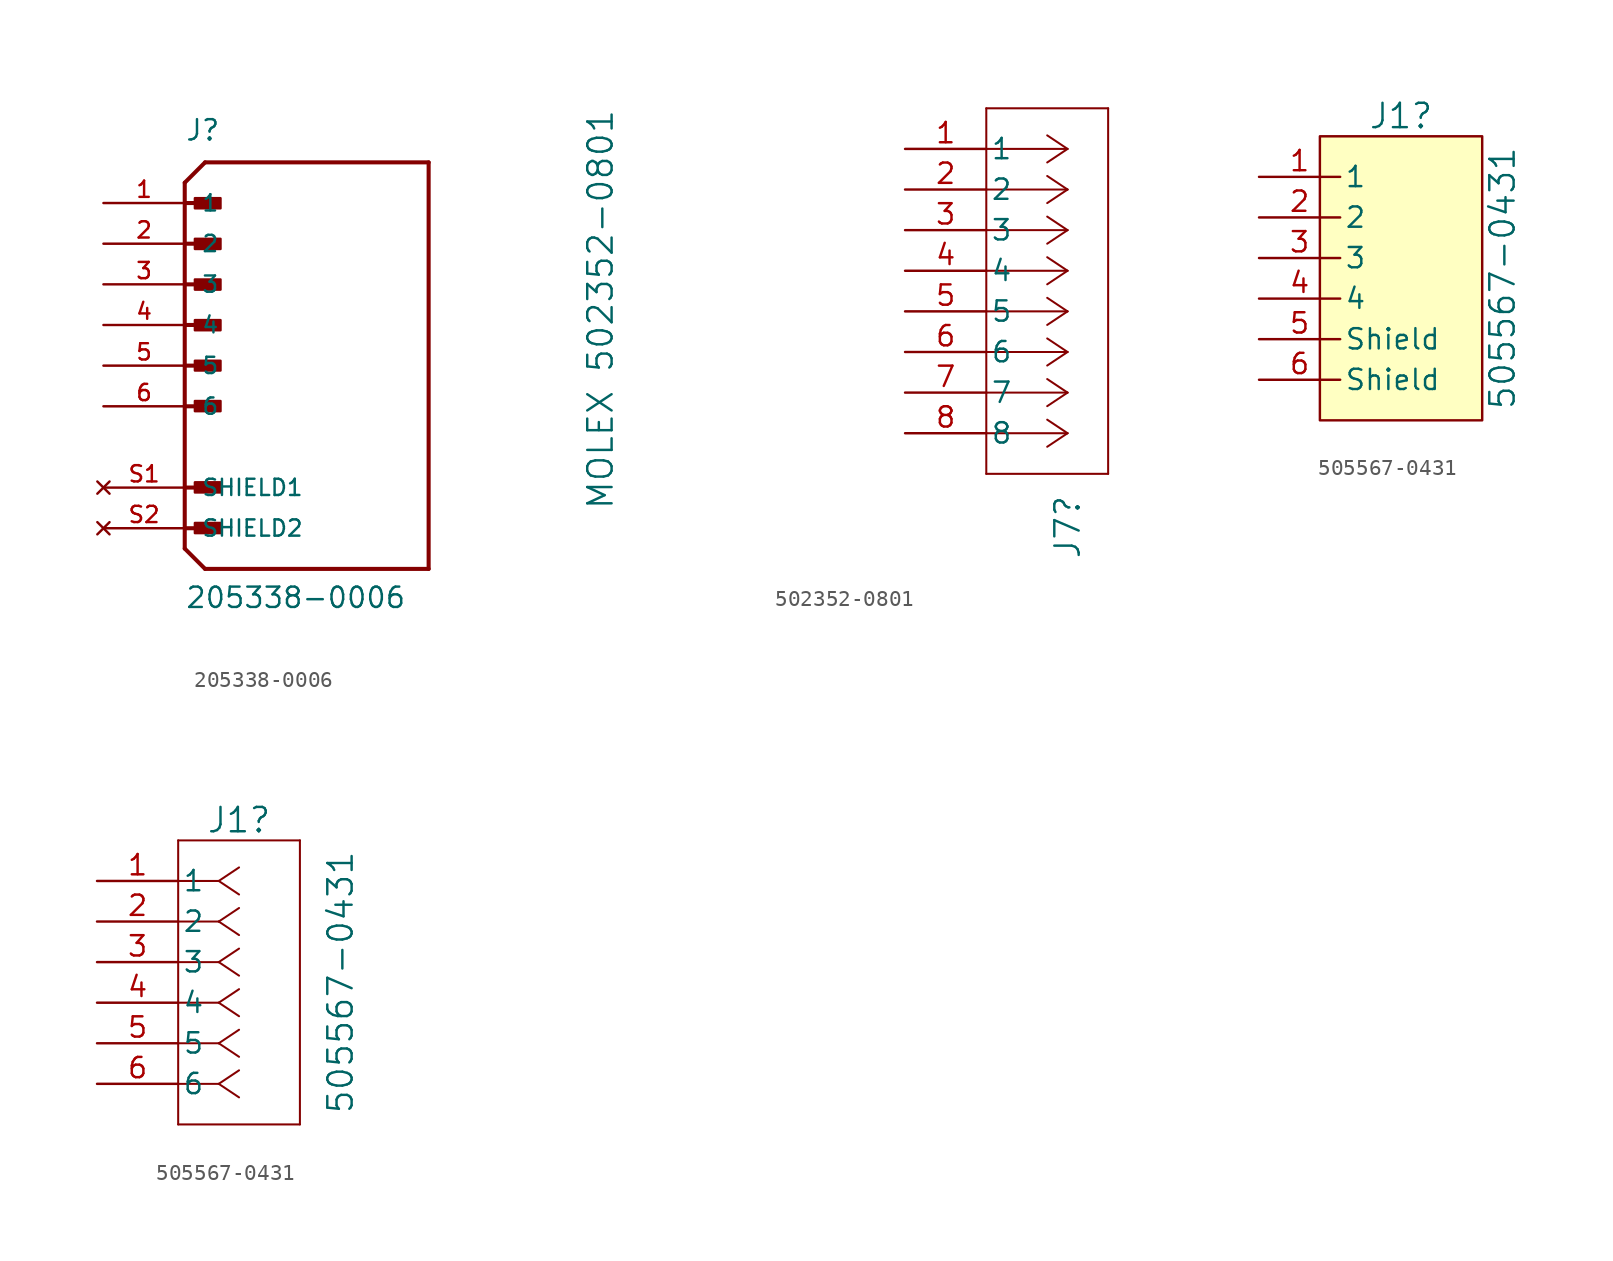
<source format=kicad_sym>
(kicad_symbol_lib
  (version 20241209)
  (generator "kicad_symbol_editor")
  (generator_version "9.0")
  (symbol "205338-0006"
    (pin_names
      (offset 1.016))
    (property "Reference" "J"
      (at -7.62 13.97 0)
      (effects (font (size 1.27 1.27)) (justify left bottom)))
    (property "Value" "205338-0006"
      (at -7.62 -15.24 0)
      (effects (font (size 1.27 1.27)) (justify left bottom)))
    (symbol "205338-0006_0_0"
      (polyline (pts (xy -7.62 11.43) (xy -7.62 5.08)) (stroke (width 0.254) (type default)) (fill (type none)))
      (polyline (pts (xy -7.62 11.43) (xy -6.35 12.7)) (stroke (width 0.254) (type default)) (fill (type none)))
      (polyline (pts (xy -7.62 10.16) (xy -5.715 10.16)) (stroke (width 0.254) (type default)) (fill (type none)))
      (polyline (pts (xy -7.62 7.62) (xy -5.715 7.62)) (stroke (width 0.254) (type default)) (fill (type none)))
      (polyline (pts (xy -7.62 5.08) (xy -7.62 2.54)) (stroke (width 0.254) (type default)) (fill (type none)))
      (polyline (pts (xy -7.62 5.08) (xy -5.715 5.08)) (stroke (width 0.254) (type default)) (fill (type none)))
      (polyline (pts (xy -7.62 2.54) (xy -7.62 0)) (stroke (width 0.254) (type default)) (fill (type none)))
      (polyline (pts (xy -7.62 2.54) (xy -5.715 2.54)) (stroke (width 0.254) (type default)) (fill (type none)))
      (polyline (pts (xy -7.62 0) (xy -7.62 -2.54)) (stroke (width 0.254) (type default)) (fill (type none)))
      (polyline (pts (xy -7.62 0) (xy -5.715 0)) (stroke (width 0.254) (type default)) (fill (type none)))
      (polyline (pts (xy -7.62 -2.54) (xy -7.62 -11.43)) (stroke (width 0.254) (type default)) (fill (type none)))
      (polyline (pts (xy -7.62 -2.54) (xy -5.715 -2.54)) (stroke (width 0.254) (type default)) (fill (type none)))
      (polyline (pts (xy -7.62 -7.62) (xy -5.715 -7.62)) (stroke (width 0.254) (type default)) (fill (type none)))
      (polyline (pts (xy -7.62 -10.16) (xy -5.715 -10.16)) (stroke (width 0.254) (type default)) (fill (type none)))
      (polyline (pts (xy -7.62 -11.43) (xy -6.35 -12.7)) (stroke (width 0.254) (type default)) (fill (type none)))
      (rectangle (start -6.985 9.83) (end -5.385 10.465) (stroke (width 0) (type default)) (fill (type outline)))
      (rectangle (start -6.985 7.29) (end -5.385 7.925) (stroke (width 0) (type default)) (fill (type outline)))
      (rectangle (start -6.985 4.75) (end -5.385 5.385) (stroke (width 0) (type default)) (fill (type outline)))
      (rectangle (start -6.985 2.21) (end -5.385 2.845) (stroke (width 0) (type default)) (fill (type outline)))
      (rectangle (start -6.985 -0.305) (end -5.385 0.305) (stroke (width 0) (type default)) (fill (type outline)))
      (rectangle (start -6.985 -2.845) (end -5.385 -2.21) (stroke (width 0) (type default)) (fill (type outline)))
      (rectangle (start -6.985 -7.925) (end -5.385 -7.29) (stroke (width 0) (type default)) (fill (type outline)))
      (rectangle (start -6.985 -10.465) (end -5.385 -9.83) (stroke (width 0) (type default)) (fill (type outline)))
      (polyline (pts (xy -6.35 -12.7) (xy 7.62 -12.7)) (stroke (width 0.254) (type default)) (fill (type none)))
      (polyline (pts (xy 7.62 12.7) (xy -6.35 12.7)) (stroke (width 0.254) (type default)) (fill (type none)))
      (polyline (pts (xy 7.62 -12.7) (xy 7.62 12.7)) (stroke (width 0.254) (type default)) (fill (type none)))
      (pin passive line (at -12.7 10.16 0) (length 5.08) (name "1" (effects (font (size 1.016 1.016)))) (number "1" (effects (font (size 1.016 1.016)))))
      (pin passive line (at -12.7 7.62 0) (length 5.08) (name "2" (effects (font (size 1.016 1.016)))) (number "2" (effects (font (size 1.016 1.016)))))
      (pin passive line (at -12.7 5.08 0) (length 5.08) (name "3" (effects (font (size 1.016 1.016)))) (number "3" (effects (font (size 1.016 1.016)))))
      (pin passive line (at -12.7 2.54 0) (length 5.08) (name "4" (effects (font (size 1.016 1.016)))) (number "4" (effects (font (size 1.016 1.016)))))
      (pin passive line (at -12.7 0 0) (length 5.08) (name "5" (effects (font (size 1.016 1.016)))) (number "5" (effects (font (size 1.016 1.016)))))
      (pin passive line (at -12.7 -2.54 0) (length 5.08) (name "6" (effects (font (size 1.016 1.016)))) (number "6" (effects (font (size 1.016 1.016)))))
      (pin no_connect line (at -12.7 -7.62 0) (length 5.08) (name "SHIELD1" (effects (font (size 1.016 1.016)))) (number "S1" (effects (font (size 1.016 1.016)))))
      (pin no_connect line (at -12.7 -10.16 0) (length 5.08) (name "SHIELD2" (effects (font (size 1.016 1.016)))) (number "S2" (effects (font (size 1.016 1.016)))))))
  (symbol "502352-0801"
    (pin_names
      (offset 0.254))
    (property "Reference" "J7"
      (at 10.16 -21.59 90)
      (effects (font (size 1.524 1.524)) (justify right)))
    (property "Value" "MOLEX 502352-0801"
      (at -19.05 2.54 90)
      (effects (font (size 1.524 1.524)) (justify right)))
    (symbol "502352-0801_1_1"
      (polyline (pts (xy 5.08 2.54) (xy 5.08 -20.32)) (stroke (width 0.127) (type default)) (fill (type none)))
      (polyline (pts (xy 5.08 -20.32) (xy 12.7 -20.32)) (stroke (width 0.127) (type default)) (fill (type none)))
      (polyline (pts (xy 10.16 0) (xy 5.08 0)) (stroke (width 0.127) (type default)) (fill (type none)))
      (polyline (pts (xy 10.16 0) (xy 8.89 0.847)) (stroke (width 0.127) (type default)) (fill (type none)))
      (polyline (pts (xy 10.16 0) (xy 8.89 -0.847)) (stroke (width 0.127) (type default)) (fill (type none)))
      (polyline (pts (xy 10.16 -2.54) (xy 5.08 -2.54)) (stroke (width 0.127) (type default)) (fill (type none)))
      (polyline (pts (xy 10.16 -2.54) (xy 8.89 -1.693)) (stroke (width 0.127) (type default)) (fill (type none)))
      (polyline (pts (xy 10.16 -2.54) (xy 8.89 -3.387)) (stroke (width 0.127) (type default)) (fill (type none)))
      (polyline (pts (xy 10.16 -5.08) (xy 5.08 -5.08)) (stroke (width 0.127) (type default)) (fill (type none)))
      (polyline (pts (xy 10.16 -5.08) (xy 8.89 -4.233)) (stroke (width 0.127) (type default)) (fill (type none)))
      (polyline (pts (xy 10.16 -5.08) (xy 8.89 -5.927)) (stroke (width 0.127) (type default)) (fill (type none)))
      (polyline (pts (xy 10.16 -7.62) (xy 5.08 -7.62)) (stroke (width 0.127) (type default)) (fill (type none)))
      (polyline (pts (xy 10.16 -7.62) (xy 8.89 -6.773)) (stroke (width 0.127) (type default)) (fill (type none)))
      (polyline (pts (xy 10.16 -7.62) (xy 8.89 -8.467)) (stroke (width 0.127) (type default)) (fill (type none)))
      (polyline (pts (xy 10.16 -10.16) (xy 5.08 -10.16)) (stroke (width 0.127) (type default)) (fill (type none)))
      (polyline (pts (xy 10.16 -10.16) (xy 8.89 -9.313)) (stroke (width 0.127) (type default)) (fill (type none)))
      (polyline (pts (xy 10.16 -10.16) (xy 8.89 -11.007)) (stroke (width 0.127) (type default)) (fill (type none)))
      (polyline (pts (xy 10.16 -12.7) (xy 5.08 -12.7)) (stroke (width 0.127) (type default)) (fill (type none)))
      (polyline (pts (xy 10.16 -12.7) (xy 8.89 -11.853)) (stroke (width 0.127) (type default)) (fill (type none)))
      (polyline (pts (xy 10.16 -12.7) (xy 8.89 -13.547)) (stroke (width 0.127) (type default)) (fill (type none)))
      (polyline (pts (xy 10.16 -15.24) (xy 5.08 -15.24)) (stroke (width 0.127) (type default)) (fill (type none)))
      (polyline (pts (xy 10.16 -15.24) (xy 8.89 -14.393)) (stroke (width 0.127) (type default)) (fill (type none)))
      (polyline (pts (xy 10.16 -15.24) (xy 8.89 -16.087)) (stroke (width 0.127) (type default)) (fill (type none)))
      (polyline (pts (xy 10.16 -17.78) (xy 5.08 -17.78)) (stroke (width 0.127) (type default)) (fill (type none)))
      (polyline (pts (xy 10.16 -17.78) (xy 8.89 -16.933)) (stroke (width 0.127) (type default)) (fill (type none)))
      (polyline (pts (xy 10.16 -17.78) (xy 8.89 -18.627)) (stroke (width 0.127) (type default)) (fill (type none)))
      (polyline (pts (xy 12.7 2.54) (xy 5.08 2.54)) (stroke (width 0.127) (type default)) (fill (type none)))
      (polyline (pts (xy 12.7 -20.32) (xy 12.7 2.54)) (stroke (width 0.127) (type default)) (fill (type none)))
      (pin passive line (at 0 0 0) (length 5.08) (name "1" (effects (font (size 1.27 1.27)))) (number "1" (effects (font (size 1.27 1.27)))))
      (pin passive line (at 0 -2.54 0) (length 5.08) (name "2" (effects (font (size 1.27 1.27)))) (number "2" (effects (font (size 1.27 1.27)))))
      (pin passive line (at 0 -5.08 0) (length 5.08) (name "3" (effects (font (size 1.27 1.27)))) (number "3" (effects (font (size 1.27 1.27)))))
      (pin passive line (at 0 -7.62 0) (length 5.08) (name "4" (effects (font (size 1.27 1.27)))) (number "4" (effects (font (size 1.27 1.27)))))
      (pin passive line (at 0 -10.16 0) (length 5.08) (name "5" (effects (font (size 1.27 1.27)))) (number "5" (effects (font (size 1.27 1.27)))))
      (pin passive line (at 0 -12.7 0) (length 5.08) (name "6" (effects (font (size 1.27 1.27)))) (number "6" (effects (font (size 1.27 1.27)))))
      (pin passive line (at 0 -15.24 0) (length 5.08) (name "7" (effects (font (size 1.27 1.27)))) (number "7" (effects (font (size 1.27 1.27)))))
      (pin passive line (at 0 -17.78 0) (length 5.08) (name "8" (effects (font (size 1.27 1.27)))) (number "8" (effects (font (size 1.27 1.27)))))))
  (symbol "505567-0431"
    (pin_names
      (offset 0.254))
    (property "Reference" "J1"
      (at 8.89 3.81 0)
      (effects (font (size 1.524 1.524))))
    (property "Value" "505567-0431"
      (at 15.24 -6.35 90)
      (effects (font (size 1.524 1.524))))
    (symbol "505567-0431_1_1"
      (rectangle (start 3.81 2.54) (end 13.97 -15.24) (stroke (width 0) (type default)) (fill (type background)))
      (pin passive line (at 0 0 0) (length 5.08) (name "1" (effects (font (size 1.27 1.27)))) (number "1" (effects (font (size 1.27 1.27)))))
      (pin passive line (at 0 -2.54 0) (length 5.08) (name "2" (effects (font (size 1.27 1.27)))) (number "2" (effects (font (size 1.27 1.27)))))
      (pin passive line (at 0 -5.08 0) (length 5.08) (name "3" (effects (font (size 1.27 1.27)))) (number "3" (effects (font (size 1.27 1.27)))))
      (pin passive line (at 0 -7.62 0) (length 5.08) (name "4" (effects (font (size 1.27 1.27)))) (number "4" (effects (font (size 1.27 1.27)))))
      (pin passive line (at 0 -10.16 0) (length 5.08) (name "Shield" (effects (font (size 1.27 1.27)))) (number "5" (effects (font (size 1.27 1.27)))))
      (pin passive line (at 0 -12.7 0) (length 5.08) (name "Shield" (effects (font (size 1.27 1.27)))) (number "6" (effects (font (size 1.27 1.27))))))
    (symbol "505567-0431_1_2"
      (polyline (pts (xy 5.08 2.54) (xy 5.08 -15.24)) (stroke (width 0.127) (type default)) (fill (type none)))
      (polyline (pts (xy 5.08 -15.24) (xy 12.7 -15.24)) (stroke (width 0.127) (type default)) (fill (type none)))
      (polyline (pts (xy 7.62 0) (xy 5.08 0)) (stroke (width 0.127) (type default)) (fill (type none)))
      (polyline (pts (xy 7.62 0) (xy 8.89 0.847)) (stroke (width 0.127) (type default)) (fill (type none)))
      (polyline (pts (xy 7.62 0) (xy 8.89 -0.847)) (stroke (width 0.127) (type default)) (fill (type none)))
      (polyline (pts (xy 7.62 -2.54) (xy 5.08 -2.54)) (stroke (width 0.127) (type default)) (fill (type none)))
      (polyline (pts (xy 7.62 -2.54) (xy 8.89 -1.693)) (stroke (width 0.127) (type default)) (fill (type none)))
      (polyline (pts (xy 7.62 -2.54) (xy 8.89 -3.387)) (stroke (width 0.127) (type default)) (fill (type none)))
      (polyline (pts (xy 7.62 -5.08) (xy 5.08 -5.08)) (stroke (width 0.127) (type default)) (fill (type none)))
      (polyline (pts (xy 7.62 -5.08) (xy 8.89 -4.233)) (stroke (width 0.127) (type default)) (fill (type none)))
      (polyline (pts (xy 7.62 -5.08) (xy 8.89 -5.927)) (stroke (width 0.127) (type default)) (fill (type none)))
      (polyline (pts (xy 7.62 -7.62) (xy 5.08 -7.62)) (stroke (width 0.127) (type default)) (fill (type none)))
      (polyline (pts (xy 7.62 -7.62) (xy 8.89 -6.773)) (stroke (width 0.127) (type default)) (fill (type none)))
      (polyline (pts (xy 7.62 -7.62) (xy 8.89 -8.467)) (stroke (width 0.127) (type default)) (fill (type none)))
      (polyline (pts (xy 7.62 -10.16) (xy 5.08 -10.16)) (stroke (width 0.127) (type default)) (fill (type none)))
      (polyline (pts (xy 7.62 -10.16) (xy 8.89 -9.313)) (stroke (width 0.127) (type default)) (fill (type none)))
      (polyline (pts (xy 7.62 -10.16) (xy 8.89 -11.007)) (stroke (width 0.127) (type default)) (fill (type none)))
      (polyline (pts (xy 7.62 -12.7) (xy 5.08 -12.7)) (stroke (width 0.127) (type default)) (fill (type none)))
      (polyline (pts (xy 7.62 -12.7) (xy 8.89 -11.853)) (stroke (width 0.127) (type default)) (fill (type none)))
      (polyline (pts (xy 7.62 -12.7) (xy 8.89 -13.547)) (stroke (width 0.127) (type default)) (fill (type none)))
      (polyline (pts (xy 12.7 2.54) (xy 5.08 2.54)) (stroke (width 0.127) (type default)) (fill (type none)))
      (polyline (pts (xy 12.7 -15.24) (xy 12.7 2.54)) (stroke (width 0.127) (type default)) (fill (type none)))
      (pin unspecified line (at 0 0 0) (length 5.08) (name "1" (effects (font (size 1.27 1.27)))) (number "1" (effects (font (size 1.27 1.27)))))
      (pin unspecified line (at 0 -2.54 0) (length 5.08) (name "2" (effects (font (size 1.27 1.27)))) (number "2" (effects (font (size 1.27 1.27)))))
      (pin unspecified line (at 0 -5.08 0) (length 5.08) (name "3" (effects (font (size 1.27 1.27)))) (number "3" (effects (font (size 1.27 1.27)))))
      (pin unspecified line (at 0 -7.62 0) (length 5.08) (name "4" (effects (font (size 1.27 1.27)))) (number "4" (effects (font (size 1.27 1.27)))))
      (pin unspecified line (at 0 -10.16 0) (length 5.08) (name "5" (effects (font (size 1.27 1.27)))) (number "5" (effects (font (size 1.27 1.27)))))
      (pin unspecified line (at 0 -12.7 0) (length 5.08) (name "6" (effects (font (size 1.27 1.27)))) (number "6" (effects (font (size 1.27 1.27))))))))
</source>
